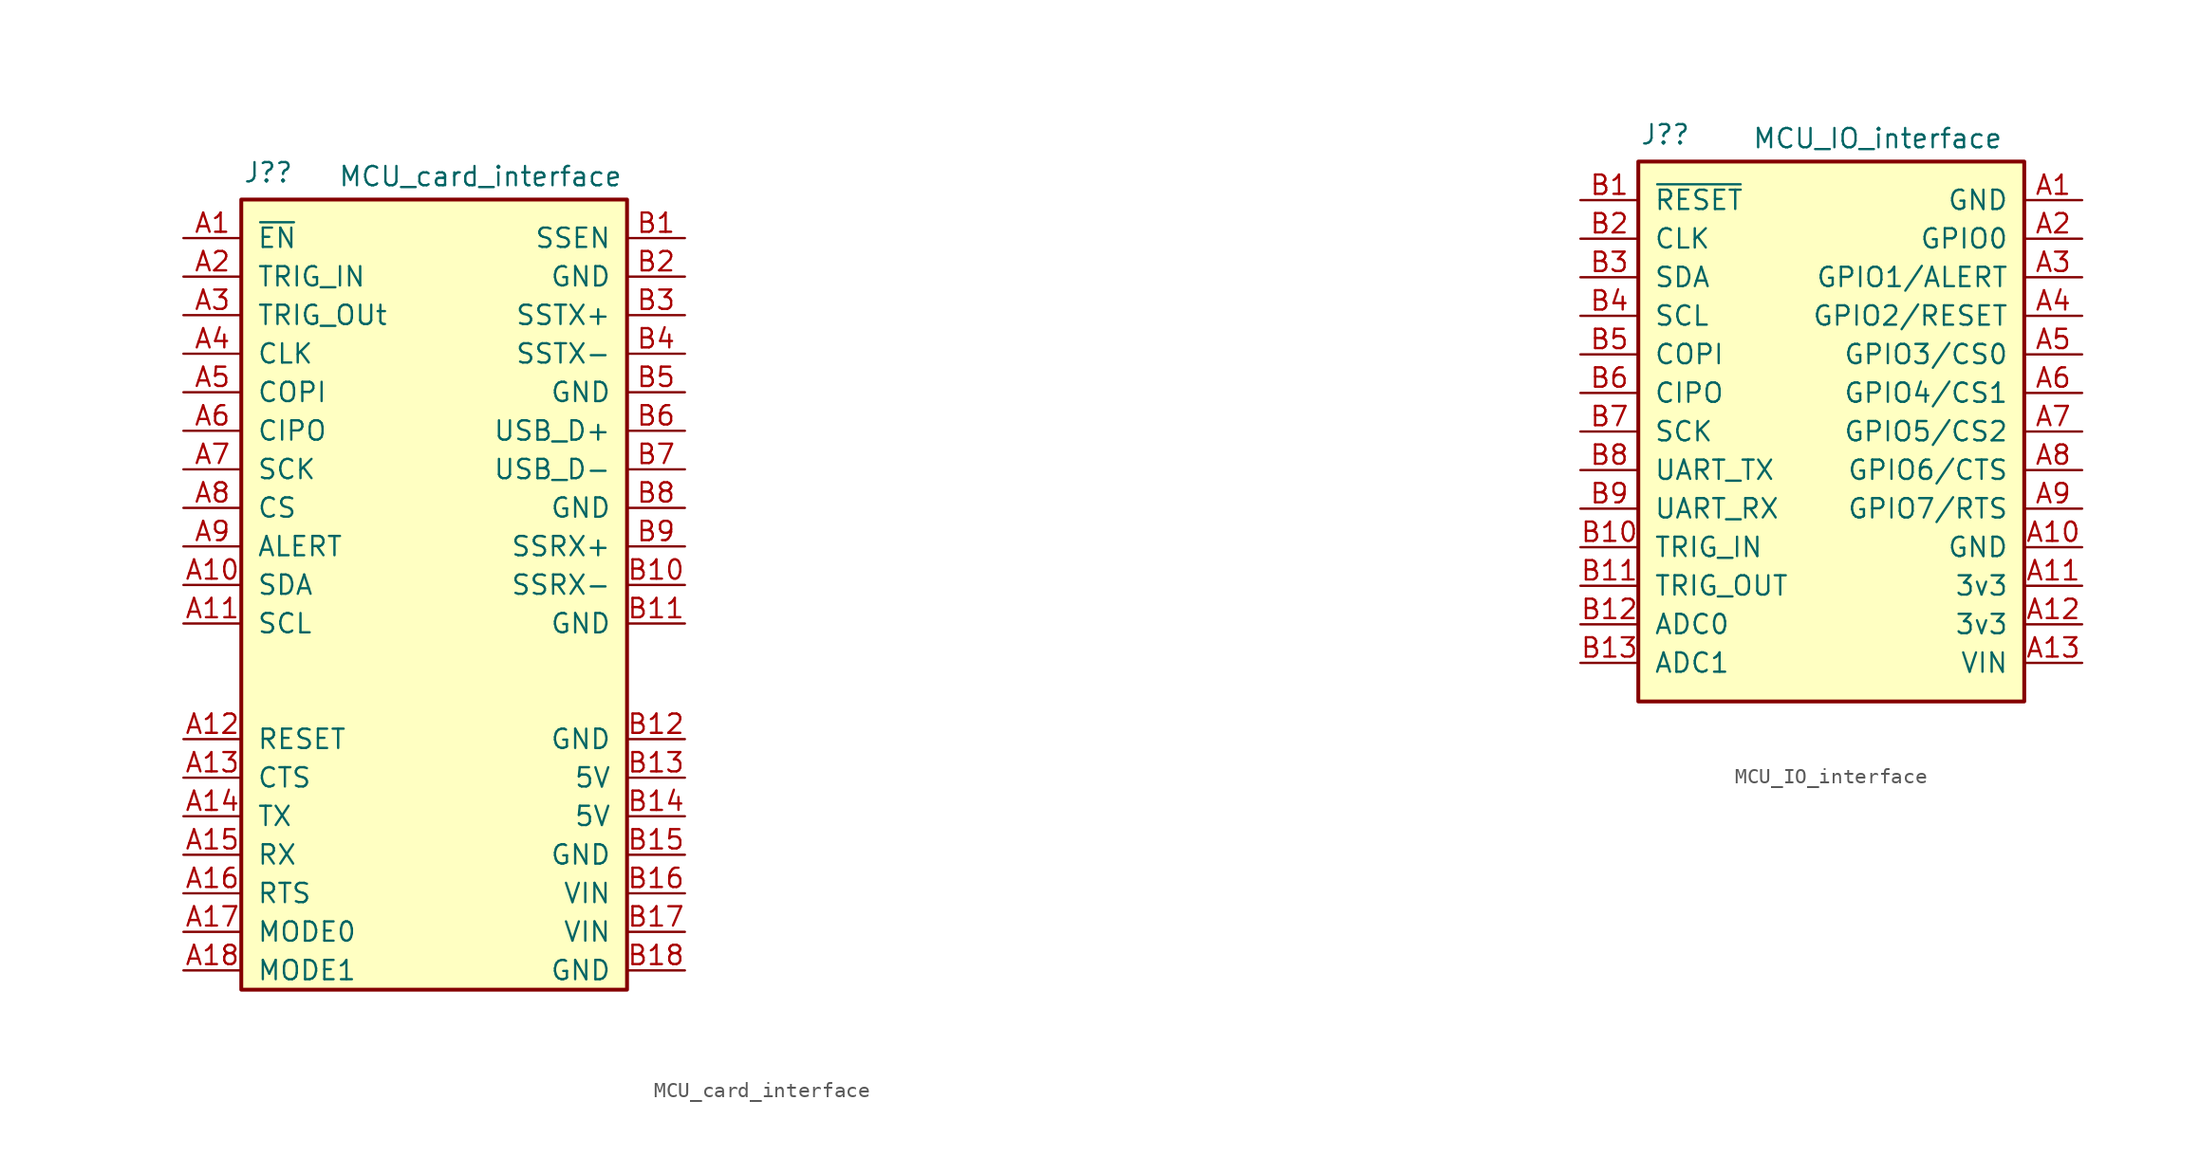
<source format=kicad_sym>
(kicad_symbol_lib
  (version 20241209)
  (generator "kicad_symbol_editor")
  (generator_version "9.0")
  (symbol "MCU_card_interface"
    (pin_names
      (offset 1.016))
    (property "Reference" "J?"
      (at -10.922 24.638 0)
      (effects (font (size 1.27 1.27))))
    (property "Value" "MCU_card_interface"
      (at 3.048 24.384 0)
      (effects (font (size 1.27 1.27))))
    (symbol "MCU_card_interface_1_1"
      (rectangle (start -12.7 22.86) (end 12.7 -29.21) (stroke (width 0.254) (type default)) (fill (type background)))
      (text private "A1 and B17 have short pins\nB is topside, A is bottom side" (at 45.212 24.384 0) (effects (font (size 1.27 1.27))))
      (pin passive line (at -16.51 20.32 0) (length 3.81) (name "~{EN}" (effects (font (size 1.27 1.27)))) (number "A1" (effects (font (size 1.27 1.27)))))
      (pin passive line (at -16.51 17.78 0) (length 3.81) (name "TRIG_IN" (effects (font (size 1.27 1.27)))) (number "A2" (effects (font (size 1.27 1.27)))))
      (pin passive line (at -16.51 15.24 0) (length 3.81) (name "TRIG_OUt" (effects (font (size 1.27 1.27)))) (number "A3" (effects (font (size 1.27 1.27)))))
      (pin passive line (at -16.51 12.7 0) (length 3.81) (name "CLK" (effects (font (size 1.27 1.27)))) (number "A4" (effects (font (size 1.27 1.27)))))
      (pin passive line (at -16.51 10.16 0) (length 3.81) (name "COPI" (effects (font (size 1.27 1.27)))) (number "A5" (effects (font (size 1.27 1.27)))))
      (pin passive line (at -16.51 7.62 0) (length 3.81) (name "CIPO" (effects (font (size 1.27 1.27)))) (number "A6" (effects (font (size 1.27 1.27)))))
      (pin passive line (at -16.51 5.08 0) (length 3.81) (name "SCK" (effects (font (size 1.27 1.27)))) (number "A7" (effects (font (size 1.27 1.27)))))
      (pin passive line (at -16.51 2.54 0) (length 3.81) (name "CS" (effects (font (size 1.27 1.27)))) (number "A8" (effects (font (size 1.27 1.27)))))
      (pin passive line (at -16.51 0 0) (length 3.81) (name "ALERT" (effects (font (size 1.27 1.27)))) (number "A9" (effects (font (size 1.27 1.27)))))
      (pin passive line (at -16.51 -2.54 0) (length 3.81) (name "SDA" (effects (font (size 1.27 1.27)))) (number "A10" (effects (font (size 1.27 1.27)))))
      (pin passive line (at -16.51 -5.08 0) (length 3.81) (name "SCL" (effects (font (size 1.27 1.27)))) (number "A11" (effects (font (size 1.27 1.27)))))
      (pin passive line (at -16.51 -12.7 0) (length 3.81) (name "RESET" (effects (font (size 1.27 1.27)))) (number "A12" (effects (font (size 1.27 1.27)))))
      (pin passive line (at -16.51 -15.24 0) (length 3.81) (name "CTS" (effects (font (size 1.27 1.27)))) (number "A13" (effects (font (size 1.27 1.27)))))
      (pin passive line (at -16.51 -17.78 0) (length 3.81) (name "TX" (effects (font (size 1.27 1.27)))) (number "A14" (effects (font (size 1.27 1.27)))))
      (pin passive line (at -16.51 -20.32 0) (length 3.81) (name "RX" (effects (font (size 1.27 1.27)))) (number "A15" (effects (font (size 1.27 1.27)))))
      (pin passive line (at -16.51 -22.86 0) (length 3.81) (name "RTS" (effects (font (size 1.27 1.27)))) (number "A16" (effects (font (size 1.27 1.27)))))
      (pin passive line (at -16.51 -25.4 0) (length 3.81) (name "MODE0" (effects (font (size 1.27 1.27)))) (number "A17" (effects (font (size 1.27 1.27)))))
      (pin passive line (at -16.51 -27.94 0) (length 3.81) (name "MODE1" (effects (font (size 1.27 1.27)))) (number "A18" (effects (font (size 1.27 1.27)))))
      (pin passive line (at 16.51 20.32 180) (length 3.81) (name "SSEN" (effects (font (size 1.27 1.27)))) (number "B1" (effects (font (size 1.27 1.27)))))
      (pin passive line (at 16.51 17.78 180) (length 3.81) (name "GND" (effects (font (size 1.27 1.27)))) (number "B2" (effects (font (size 1.27 1.27)))))
      (pin passive line (at 16.51 15.24 180) (length 3.81) (name "SSTX+" (effects (font (size 1.27 1.27)))) (number "B3" (effects (font (size 1.27 1.27)))))
      (pin passive line (at 16.51 12.7 180) (length 3.81) (name "SSTX-" (effects (font (size 1.27 1.27)))) (number "B4" (effects (font (size 1.27 1.27)))))
      (pin passive line (at 16.51 10.16 180) (length 3.81) (name "GND" (effects (font (size 1.27 1.27)))) (number "B5" (effects (font (size 1.27 1.27)))))
      (pin passive line (at 16.51 7.62 180) (length 3.81) (name "USB_D+" (effects (font (size 1.27 1.27)))) (number "B6" (effects (font (size 1.27 1.27)))))
      (pin passive line (at 16.51 5.08 180) (length 3.81) (name "USB_D-" (effects (font (size 1.27 1.27)))) (number "B7" (effects (font (size 1.27 1.27)))))
      (pin passive line (at 16.51 2.54 180) (length 3.81) (name "GND" (effects (font (size 1.27 1.27)))) (number "B8" (effects (font (size 1.27 1.27)))))
      (pin passive line (at 16.51 0 180) (length 3.81) (name "SSRX+" (effects (font (size 1.27 1.27)))) (number "B9" (effects (font (size 1.27 1.27)))))
      (pin passive line (at 16.51 -2.54 180) (length 3.81) (name "SSRX-" (effects (font (size 1.27 1.27)))) (number "B10" (effects (font (size 1.27 1.27)))))
      (pin passive line (at 16.51 -5.08 180) (length 3.81) (name "GND" (effects (font (size 1.27 1.27)))) (number "B11" (effects (font (size 1.27 1.27)))))
      (pin passive line (at 16.51 -12.7 180) (length 3.81) (name "GND" (effects (font (size 1.27 1.27)))) (number "B12" (effects (font (size 1.27 1.27)))))
      (pin passive line (at 16.51 -15.24 180) (length 3.81) (name "5V" (effects (font (size 1.27 1.27)))) (number "B13" (effects (font (size 1.27 1.27)))))
      (pin passive line (at 16.51 -17.78 180) (length 3.81) (name "5V" (effects (font (size 1.27 1.27)))) (number "B14" (effects (font (size 1.27 1.27)))))
      (pin passive line (at 16.51 -20.32 180) (length 3.81) (name "GND" (effects (font (size 1.27 1.27)))) (number "B15" (effects (font (size 1.27 1.27)))))
      (pin passive line (at 16.51 -22.86 180) (length 3.81) (name "VIN" (effects (font (size 1.27 1.27)))) (number "B16" (effects (font (size 1.27 1.27)))))
      (pin passive line (at 16.51 -25.4 180) (length 3.81) (name "VIN" (effects (font (size 1.27 1.27)))) (number "B17" (effects (font (size 1.27 1.27)))))
      (pin passive line (at 16.51 -27.94 180) (length 3.81) (name "GND" (effects (font (size 1.27 1.27)))) (number "B18" (effects (font (size 1.27 1.27)))))))
  (symbol "MCU_IO_interface"
    (pin_names
      (offset 1.016))
    (property "Reference" "J?"
      (at -10.922 24.638 0)
      (effects (font (size 1.27 1.27))))
    (property "Value" "MCU_IO_interface"
      (at 3.048 24.384 0)
      (effects (font (size 1.27 1.27))))
    (symbol "MCU_IO_interface_1_1"
      (rectangle (start 12.7 -12.7) (end -12.7 22.86) (stroke (width 0.254) (type default)) (fill (type background)))
      (pin passive line (at -16.51 20.32 0) (length 3.81) (name "~{RESET}" (effects (font (size 1.27 1.27)))) (number "B1" (effects (font (size 1.27 1.27)))))
      (pin passive line (at -16.51 17.78 0) (length 3.81) (name "CLK" (effects (font (size 1.27 1.27)))) (number "B2" (effects (font (size 1.27 1.27)))))
      (pin passive line (at -16.51 15.24 0) (length 3.81) (name "SDA" (effects (font (size 1.27 1.27)))) (number "B3" (effects (font (size 1.27 1.27)))))
      (pin passive line (at -16.51 12.7 0) (length 3.81) (name "SCL" (effects (font (size 1.27 1.27)))) (number "B4" (effects (font (size 1.27 1.27)))))
      (pin passive line (at -16.51 10.16 0) (length 3.81) (name "COPI" (effects (font (size 1.27 1.27)))) (number "B5" (effects (font (size 1.27 1.27)))))
      (pin passive line (at -16.51 7.62 0) (length 3.81) (name "CIPO" (effects (font (size 1.27 1.27)))) (number "B6" (effects (font (size 1.27 1.27)))))
      (pin passive line (at -16.51 5.08 0) (length 3.81) (name "SCK" (effects (font (size 1.27 1.27)))) (number "B7" (effects (font (size 1.27 1.27)))))
      (pin passive line (at -16.51 2.54 0) (length 3.81) (name "UART_TX" (effects (font (size 1.27 1.27)))) (number "B8" (effects (font (size 1.27 1.27)))))
      (pin passive line (at -16.51 0 0) (length 3.81) (name "UART_RX" (effects (font (size 1.27 1.27)))) (number "B9" (effects (font (size 1.27 1.27)))))
      (pin passive line (at -16.51 -2.54 0) (length 3.81) (name "TRIG_IN" (effects (font (size 1.27 1.27)))) (number "B10" (effects (font (size 1.27 1.27)))))
      (pin passive line (at -16.51 -5.08 0) (length 3.81) (name "TRIG_OUT" (effects (font (size 1.27 1.27)))) (number "B11" (effects (font (size 1.27 1.27)))))
      (pin passive line (at -16.51 -7.62 0) (length 3.81) (name "ADC0" (effects (font (size 1.27 1.27)))) (number "B12" (effects (font (size 1.27 1.27)))))
      (pin passive line (at -16.51 -10.16 0) (length 3.81) (name "ADC1" (effects (font (size 1.27 1.27)))) (number "B13" (effects (font (size 1.27 1.27)))))
      (pin passive line (at 16.51 20.32 180) (length 3.81) (name "GND" (effects (font (size 1.27 1.27)))) (number "A1" (effects (font (size 1.27 1.27)))))
      (pin passive line (at 16.51 17.78 180) (length 3.81) (name "GPIO0" (effects (font (size 1.27 1.27)))) (number "A2" (effects (font (size 1.27 1.27)))))
      (pin passive line (at 16.51 15.24 180) (length 3.81) (name "GPIO1/ALERT" (effects (font (size 1.27 1.27)))) (number "A3" (effects (font (size 1.27 1.27)))))
      (pin passive line (at 16.51 12.7 180) (length 3.81) (name "GPIO2/RESET" (effects (font (size 1.27 1.27)))) (number "A4" (effects (font (size 1.27 1.27)))))
      (pin passive line (at 16.51 10.16 180) (length 3.81) (name "GPIO3/CS0" (effects (font (size 1.27 1.27)))) (number "A5" (effects (font (size 1.27 1.27)))))
      (pin passive line (at 16.51 7.62 180) (length 3.81) (name "GPIO4/CS1" (effects (font (size 1.27 1.27)))) (number "A6" (effects (font (size 1.27 1.27)))))
      (pin passive line (at 16.51 5.08 180) (length 3.81) (name "GPIO5/CS2" (effects (font (size 1.27 1.27)))) (number "A7" (effects (font (size 1.27 1.27)))))
      (pin passive line (at 16.51 2.54 180) (length 3.81) (name "GPIO6/CTS" (effects (font (size 1.27 1.27)))) (number "A8" (effects (font (size 1.27 1.27)))))
      (pin passive line (at 16.51 0 180) (length 3.81) (name "GPIO7/RTS" (effects (font (size 1.27 1.27)))) (number "A9" (effects (font (size 1.27 1.27)))))
      (pin passive line (at 16.51 -2.54 180) (length 3.81) (name "GND" (effects (font (size 1.27 1.27)))) (number "A10" (effects (font (size 1.27 1.27)))))
      (pin passive line (at 16.51 -5.08 180) (length 3.81) (name "3v3" (effects (font (size 1.27 1.27)))) (number "A11" (effects (font (size 1.27 1.27)))))
      (pin passive line (at 16.51 -7.62 180) (length 3.81) (name "3v3" (effects (font (size 1.27 1.27)))) (number "A12" (effects (font (size 1.27 1.27)))))
      (pin passive line (at 16.51 -10.16 180) (length 3.81) (name "VIN" (effects (font (size 1.27 1.27)))) (number "A13" (effects (font (size 1.27 1.27))))))))
</source>
